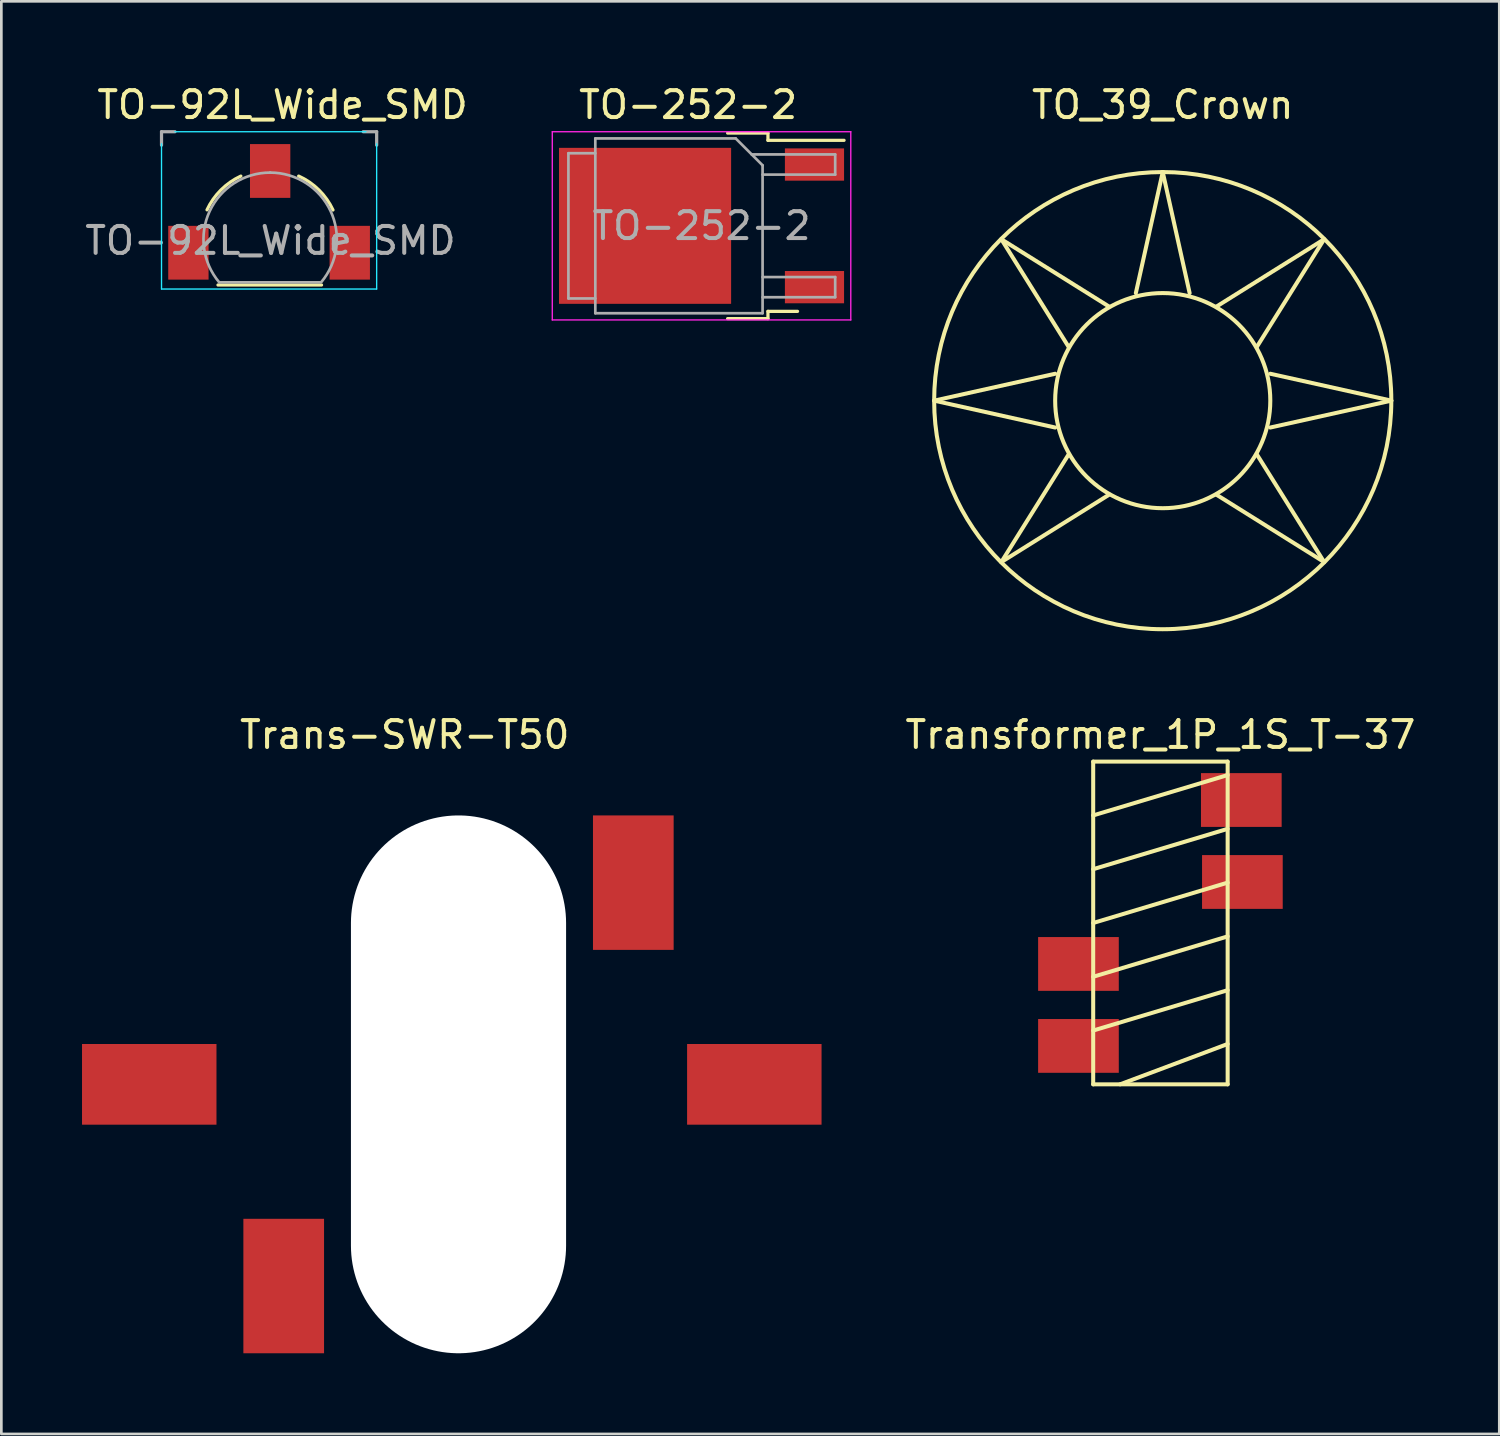
<source format=kicad_pcb>
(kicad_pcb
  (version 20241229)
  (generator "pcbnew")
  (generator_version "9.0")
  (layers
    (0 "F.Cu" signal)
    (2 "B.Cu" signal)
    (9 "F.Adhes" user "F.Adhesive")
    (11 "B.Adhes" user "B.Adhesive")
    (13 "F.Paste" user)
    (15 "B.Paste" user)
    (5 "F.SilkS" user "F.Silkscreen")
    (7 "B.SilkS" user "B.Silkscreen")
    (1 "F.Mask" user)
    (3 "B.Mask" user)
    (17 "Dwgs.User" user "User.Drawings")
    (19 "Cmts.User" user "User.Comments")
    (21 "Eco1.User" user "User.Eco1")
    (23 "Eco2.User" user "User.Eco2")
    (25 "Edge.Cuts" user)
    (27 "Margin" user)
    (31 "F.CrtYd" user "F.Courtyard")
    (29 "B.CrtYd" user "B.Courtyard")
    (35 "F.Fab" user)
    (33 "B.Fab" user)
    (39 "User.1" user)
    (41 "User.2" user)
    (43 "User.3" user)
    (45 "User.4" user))
  (footprint "TO-92L_Wide_SMD"
    (layer "F.Cu")
    (at 4.456 5.848)
    (property "Reference" "TO-92L_Wide_SMD" (at 3 -5 0) (layer "F.SilkS") (effects (font (size 1 1) (thickness 0.15))))
    (attr through_hole)
    (fp_line (start 0.6 1.7) (end 4.45 1.7) (stroke (width 0.12) (type solid)) (layer "F.SilkS"))
    (fp_arc (start 0.192226 -1.094786) (mid 0.710119 -1.833613) (end 1.45 -2.35) (stroke (width 0.12) (type solid)) (layer "F.SilkS"))
    (fp_arc (start 3.6 -2.35) (mid 4.351408 -1.834367) (end 4.876463 -1.089513) (stroke (width 0.12) (type solid)) (layer "F.SilkS"))
    (fp_line (start -1.5 -3.55) (end -1.5 1.85) (stroke (width 0.05) (type solid)) (layer "B.CrtYd"))
    (fp_line (start -1.5 1.85) (end 6.5 1.85) (stroke (width 0.05) (type solid)) (layer "B.CrtYd"))
    (fp_line (start 6.1 -4) (end -1 -4) (stroke (width 0.05) (type solid)) (layer "B.CrtYd"))
    (fp_line (start 6.5 1.85) (end 6.5 -3.55) (stroke (width 0.05) (type solid)) (layer "B.CrtYd"))
    (fp_line (start -1.5 -4) (end -1 -4) (stroke (width 0.12) (type solid)) (layer "F.Fab"))
    (fp_line (start -1.5 -3.5) (end -1.5 -4) (stroke (width 0.12) (type solid)) (layer "F.Fab"))
    (fp_line (start 0.65 1.6) (end 4.4 1.6) (stroke (width 0.1) (type solid)) (layer "F.Fab"))
    (fp_line (start 6 -4) (end 6.5 -4) (stroke (width 0.12) (type solid)) (layer "F.Fab"))
    (fp_line (start 6.5 -4) (end 6.5 -3.5) (stroke (width 0.12) (type solid)) (layer "F.Fab"))
    (fp_arc (start 0.647182 1.602385) (mid 0.290076 -1.043188) (end 2.54 -2.48) (stroke (width 0.1) (type solid)) (layer "F.Fab"))
    (fp_arc (start 2.54 -2.48) (mid 4.787211 -1.049019) (end 4.441103 1.592547) (stroke (width 0.1) (type solid)) (layer "F.Fab"))
    (fp_text user "${REFERENCE}" (at 2.55 0.05 0) (layer "F.Fab") (effects (font (size 1 1) (thickness 0.15))))
    (pad "1" smd rect (at -0.5 0.5 90) (size 2 1.5) (layers "F.Cu" "F.Mask" "F.Paste"))
    (pad "2" smd rect (at 2.54 -2.54 90) (size 2 1.5) (layers "F.Cu" "F.Mask" "F.Paste"))
    (pad "3" smd rect (at 5.5 0.5 90) (size 2 1.5) (layers "F.Cu" "F.Mask" "F.Paste")))
  (footprint "TO-252-2"
    (layer "F.Cu")
    (at 22.537 5.348)
    (property "Reference" "TO-252-2" (at 0 -4.5 0) (layer "F.SilkS") (effects (font (size 1 1) (thickness 0.15))))
    (attr smd)
    (fp_line (start 1.47 -3.45) (end 2.97 -3.45) (stroke (width 0.12) (type solid)) (layer "F.SilkS"))
    (fp_line (start 1.47 3.45) (end 2.97 3.45) (stroke (width 0.12) (type solid)) (layer "F.SilkS"))
    (fp_line (start 2.97 -3.45) (end 2.97 -3.18) (stroke (width 0.12) (type solid)) (layer "F.SilkS"))
    (fp_line (start 2.97 -3.18) (end 5.8 -3.18) (stroke (width 0.12) (type solid)) (layer "F.SilkS"))
    (fp_line (start 2.97 3.18) (end 4.07 3.18) (stroke (width 0.12) (type solid)) (layer "F.SilkS"))
    (fp_line (start 2.97 3.45) (end 2.97 3.18) (stroke (width 0.12) (type solid)) (layer "F.SilkS"))
    (fp_line (start -5.05 -3.5) (end 6.05 -3.5) (stroke (width 0.05) (type solid)) (layer "F.CrtYd"))
    (fp_line (start -5.05 3.5) (end -5.05 -3.5) (stroke (width 0.05) (type solid)) (layer "F.CrtYd"))
    (fp_line (start 6.05 -3.5) (end 6.05 3.5) (stroke (width 0.05) (type solid)) (layer "F.CrtYd"))
    (fp_line (start 6.05 3.5) (end -5.05 3.5) (stroke (width 0.05) (type solid)) (layer "F.CrtYd"))
    (fp_line (start -4.45 -2.7) (end -4.45 2.7) (stroke (width 0.1) (type solid)) (layer "F.Fab"))
    (fp_line (start -4.45 2.7) (end -3.45 2.7) (stroke (width 0.1) (type solid)) (layer "F.Fab"))
    (fp_line (start -3.45 -3.25) (end -3.45 3.25) (stroke (width 0.1) (type solid)) (layer "F.Fab"))
    (fp_line (start -3.45 -2.7) (end -4.45 -2.7) (stroke (width 0.1) (type solid)) (layer "F.Fab"))
    (fp_line (start -3.45 3.25) (end 2.77 3.25) (stroke (width 0.1) (type solid)) (layer "F.Fab"))
    (fp_line (start 1.77 -3.25) (end -3.45 -3.25) (stroke (width 0.1) (type solid)) (layer "F.Fab"))
    (fp_line (start 2.365 -2.655) (end 5.47 -2.655) (stroke (width 0.1) (type solid)) (layer "F.Fab"))
    (fp_line (start 2.77 -2.25) (end 1.77 -3.25) (stroke (width 0.1) (type solid)) (layer "F.Fab"))
    (fp_line (start 2.77 1.905) (end 5.47 1.905) (stroke (width 0.1) (type solid)) (layer "F.Fab"))
    (fp_line (start 2.77 3.25) (end 2.77 -2.25) (stroke (width 0.1) (type solid)) (layer "F.Fab"))
    (fp_line (start 5.47 -2.655) (end 5.47 -1.905) (stroke (width 0.1) (type solid)) (layer "F.Fab"))
    (fp_line (start 5.47 -1.905) (end 2.77 -1.905) (stroke (width 0.1) (type solid)) (layer "F.Fab"))
    (fp_line (start 5.47 1.905) (end 5.47 2.655) (stroke (width 0.1) (type solid)) (layer "F.Fab"))
    (fp_line (start 5.47 2.655) (end 2.77 2.655) (stroke (width 0.1) (type solid)) (layer "F.Fab"))
    (fp_text user "${REFERENCE}" (at 0.5 0 0) (layer "F.Fab") (effects (font (size 1 1) (thickness 0.15))))
    (pad "" smd rect (at -3.275 -1.525) (size 3.05 2.75) (layers "F.Paste"))
    (pad "" smd rect (at -3.275 1.525) (size 3.05 2.75) (layers "F.Paste"))
    (pad "" smd rect (at 0.075 -1.525) (size 3.05 2.75) (layers "F.Paste"))
    (pad "" smd rect (at 0.075 1.525) (size 3.05 2.75) (layers "F.Paste"))
    (pad "1" smd rect (at 4.7 -2.28) (size 2.2 1.2) (layers "F.Cu" "F.Mask" "F.Paste"))
    (pad "2" smd rect (at -1.6 0) (size 6.4 5.8) (layers "F.Cu" "F.Mask"))
    (pad "3" smd rect (at 4.7 2.28) (size 2.2 1.2) (layers "F.Cu" "F.Mask" "F.Paste")))
  (footprint "Transformer_1P_1S_T-37"
    (layer "F.Cu")
    (at 40.101 31.271)
    (property "Reference" "Transformer_1P_1S_T-37" (at 0 -7 0) (layer "F.SilkS") (effects (font (size 1 1) (thickness 0.15))))
    (attr smd)
    (fp_line (start -2.5 -6) (end -2.5 6) (stroke (width 0.15) (type solid)) (layer "F.SilkS"))
    (fp_line (start -2.5 -4) (end 2.5 -5.5) (stroke (width 0.15) (type solid)) (layer "F.SilkS"))
    (fp_line (start -2.5 -2) (end 2.5 -3.5) (stroke (width 0.15) (type solid)) (layer "F.SilkS"))
    (fp_line (start -2.5 0) (end 2.5 -1.5) (stroke (width 0.15) (type solid)) (layer "F.SilkS"))
    (fp_line (start -2.5 2) (end 2.5 0.5) (stroke (width 0.15) (type solid)) (layer "F.SilkS"))
    (fp_line (start -2.5 4) (end 2.5 2.5) (stroke (width 0.15) (type solid)) (layer "F.SilkS"))
    (fp_line (start -2.5 6) (end 2.5 6) (stroke (width 0.15) (type solid)) (layer "F.SilkS"))
    (fp_line (start 2.5 -6) (end -2.5 -6) (stroke (width 0.15) (type solid)) (layer "F.SilkS"))
    (fp_line (start 2.5 4.5) (end -1.5 6) (stroke (width 0.15) (type solid)) (layer "F.SilkS"))
    (fp_line (start 2.5 6) (end 2.5 -6) (stroke (width 0.15) (type solid)) (layer "F.SilkS"))
    (pad "1" smd rect (at 3.048 -1.524) (size 3 2) (layers "F.Cu" "F.Mask" "F.Paste"))
    (pad "2" smd rect (at -3.048 4.572) (size 3 2) (layers "F.Cu" "F.Mask" "F.Paste"))
    (pad "3" smd rect (at 3.008 -4.572) (size 3 2) (layers "F.Cu" "F.Mask" "F.Paste"))
    (pad "4" smd rect (at -3.048 1.524) (size 3 2) (layers "F.Cu" "F.Mask" "F.Paste")))
  (footprint "TO_39_Crown"
    (layer "F.Cu")
    (at 40.187 11.848)
    (property "Reference" "TO_39_Crown" (at 0 -11 0) (layer "F.SilkS") (effects (font (size 1 1) (thickness 0.15))))
    (attr through_hole)
    (fp_line (start -8.5 0) (end -4 -1) (stroke (width 0.15) (type solid)) (layer "F.SilkS"))
    (fp_line (start -8.5 0) (end -4 1) (stroke (width 0.15) (type solid)) (layer "F.SilkS"))
    (fp_line (start -6 -6) (end -3.5 -2) (stroke (width 0.15) (type solid)) (layer "F.SilkS"))
    (fp_line (start -6 -6) (end -2 -3.5) (stroke (width 0.15) (type solid)) (layer "F.SilkS"))
    (fp_line (start -6 6) (end -3.5 2) (stroke (width 0.15) (type solid)) (layer "F.SilkS"))
    (fp_line (start -6 6) (end -2 3.5) (stroke (width 0.15) (type solid)) (layer "F.SilkS"))
    (fp_line (start 0 -8.5) (end -1 -4) (stroke (width 0.15) (type solid)) (layer "F.SilkS"))
    (fp_line (start 0 -8.5) (end 1 -4) (stroke (width 0.15) (type solid)) (layer "F.SilkS"))
    (fp_line (start 6 -6) (end 2 -3.5) (stroke (width 0.15) (type solid)) (layer "F.SilkS"))
    (fp_line (start 6 -6) (end 3.5 -2) (stroke (width 0.15) (type solid)) (layer "F.SilkS"))
    (fp_line (start 6 6) (end 2 3.5) (stroke (width 0.15) (type solid)) (layer "F.SilkS"))
    (fp_line (start 6 6) (end 3.5 2) (stroke (width 0.15) (type solid)) (layer "F.SilkS"))
    (fp_line (start 8.5 0) (end 4 -1) (stroke (width 0.15) (type solid)) (layer "F.SilkS"))
    (fp_line (start 8.5 0) (end 4 1) (stroke (width 0.15) (type solid)) (layer "F.SilkS"))
    (fp_circle (center 0 0) (end 4 0) (stroke (width 0.15) (type solid)) (fill no) (layer "F.SilkS"))
    (fp_circle (center 0 0) (end 8.5 0) (stroke (width 0.15) (type solid)) (fill no) (layer "F.SilkS")))
  (footprint "Trans-SWR-T50"
    (layer "F.Cu")
    (at 14 37.272)
    (property "Reference" "Trans-SWR-T50" (at -2 -13 0) (layer "F.SilkS") (effects (font (size 1 1) (thickness 0.15))))
    (attr through_hole)
    (pad "" np_thru_hole oval (at 0 0) (size 8 20) (drill oval 8 20) (layers "*.Cu" "*.Mask"))
    (pad "1" smd rect (at 11 0) (size 5 3) (layers "F.Cu" "F.Mask" "F.Paste"))
    (pad "2" smd rect (at -11.5 0) (size 5 3) (layers "F.Cu" "F.Mask" "F.Paste"))
    (pad "3" smd rect (at 6.5 -7.5 90) (size 5 3) (layers "F.Cu" "F.Mask" "F.Paste"))
    (pad "4" smd rect (at -6.5 7.5 90) (size 5 3) (layers "F.Cu" "F.Mask" "F.Paste")))
  (gr_rect
    (start -3 -3)
    (end 52.702 50.272)
    (stroke (width 0.1) (type default))
    (fill no)
    (layer "Edge.Cuts")))
</source>
